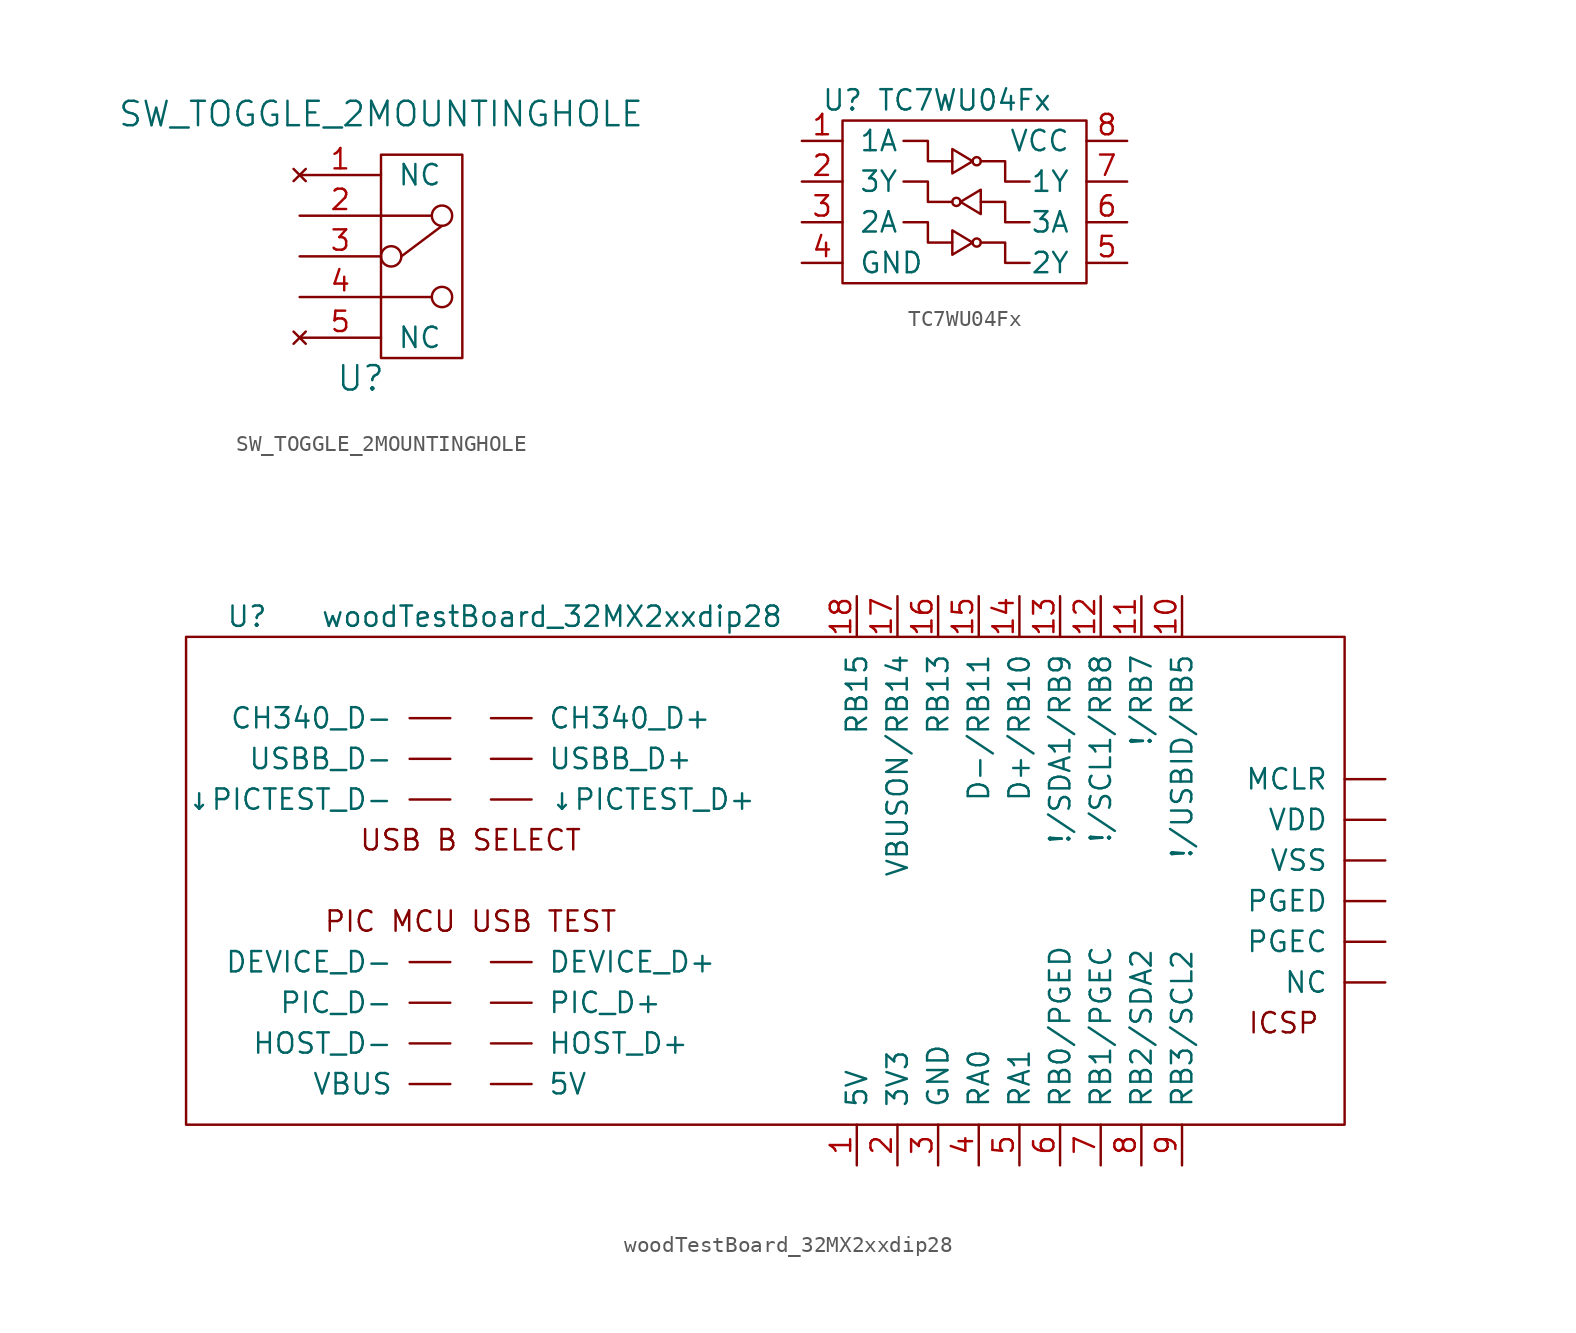
<source format=kicad_sym>
(kicad_symbol_lib
  (version 20220914)
  (generator kicad_symbol_editor)
  (symbol "SW_TOGGLE_2MOUNTINGHOLE"
    (pin_names
      (offset 1.016))
    (property "Reference" "U"
      (at -1.27 -7.62 0)
      (effects (font (size 1.524 1.524))))
    (property "Value" "SW_TOGGLE_2MOUNTINGHOLE"
      (at 0 8.89 0)
      (effects (font (size 1.524 1.524))))
    (symbol "SW_TOGGLE_2MOUNTINGHOLE_0_1"
      (polyline (pts (xy 0 -2.54) (xy 3.175 -2.54)) (stroke (width 0) (type solid)) (fill (type none)))
      (polyline (pts (xy 0 2.54) (xy 3.175 2.54)) (stroke (width 0) (type solid)) (fill (type none)))
      (polyline (pts (xy 1.27 0) (xy 3.81 1.905)) (stroke (width 0) (type solid)) (fill (type none)))
      (rectangle (start 0 6.35) (end 5.08 -6.35) (stroke (width 0) (type solid)) (fill (type none)))
      (circle (center 0.635 0) (radius 0.635) (stroke (width 0) (type solid)) (fill (type none)))
      (circle (center 3.81 -2.54) (radius 0.635) (stroke (width 0) (type solid)) (fill (type none)))
      (circle (center 3.81 2.54) (radius 0.635) (stroke (width 0) (type solid)) (fill (type none))))
    (symbol "SW_TOGGLE_2MOUNTINGHOLE_1_1"
      (pin no_connect line (at -5.08 5.08 0) (length 5.08) (name "NC" (effects (font (size 1.27 1.27)))) (number "1" (effects (font (size 1.27 1.27)))))
      (pin passive line (at -5.08 2.54 0) (length 5.08) (name "~" (effects (font (size 1.27 1.27)))) (number "2" (effects (font (size 1.27 1.27)))))
      (pin passive line (at -5.08 0 0) (length 5.08) (name "~" (effects (font (size 1.27 1.27)))) (number "3" (effects (font (size 1.27 1.27)))))
      (pin passive line (at -5.08 -2.54 0) (length 5.08) (name "~" (effects (font (size 1.27 1.27)))) (number "4" (effects (font (size 1.27 1.27)))))
      (pin no_connect line (at -5.08 -5.08 0) (length 5.08) (name "NC" (effects (font (size 1.27 1.27)))) (number "5" (effects (font (size 1.27 1.27)))))))
  (symbol "TC7WU04Fx"
    (pin_names
      (offset 1.016))
    (property "Reference" "U"
      (at -7.62 6.35 0)
      (effects (font (size 1.27 1.27))))
    (property "Value" "TC7WU04Fx"
      (at 0 6.35 0)
      (effects (font (size 1.27 1.27))))
    (symbol "TC7WU04Fx_0_1"
      (rectangle (start -7.62 5.08) (end 7.62 -5.08) (stroke (width 0) (type solid)) (fill (type none)))
      (circle (center -0.508 0) (radius 0.254) (stroke (width 0) (type solid)) (fill (type none)))
      (polyline (pts (xy -3.81 -1.27) (xy -2.286 -1.27) (xy -2.286 -2.54) (xy -0.762 -2.54)) (stroke (width 0) (type solid)) (fill (type none)))
      (polyline (pts (xy -3.81 1.27) (xy -2.286 1.27) (xy -2.286 0) (xy -0.762 0)) (stroke (width 0) (type solid)) (fill (type none)))
      (polyline (pts (xy -3.81 3.81) (xy -2.286 3.81) (xy -2.286 2.54) (xy -0.762 2.54)) (stroke (width 0) (type solid)) (fill (type none)))
      (polyline (pts (xy -0.762 -1.778) (xy -0.762 -3.302) (xy 0.508 -2.54) (xy -0.762 -1.778)) (stroke (width 0) (type solid)) (fill (type none)))
      (polyline (pts (xy -0.762 3.302) (xy -0.762 1.778) (xy 0.508 2.54) (xy -0.762 3.302)) (stroke (width 0) (type solid)) (fill (type none)))
      (polyline (pts (xy 1.016 -2.54) (xy 2.54 -2.54) (xy 2.54 -3.81) (xy 4.064 -3.81)) (stroke (width 0) (type solid)) (fill (type none)))
      (polyline (pts (xy 1.016 0) (xy 2.54 0) (xy 2.54 -1.27) (xy 4.064 -1.27)) (stroke (width 0) (type solid)) (fill (type none)))
      (polyline (pts (xy 1.016 0.762) (xy 1.016 -0.762) (xy -0.254 0) (xy 1.016 0.762)) (stroke (width 0) (type solid)) (fill (type none)))
      (polyline (pts (xy 1.016 2.54) (xy 2.54 2.54) (xy 2.54 1.27) (xy 4.064 1.27)) (stroke (width 0) (type solid)) (fill (type none)))
      (circle (center 0.762 -2.54) (radius 0.254) (stroke (width 0) (type solid)) (fill (type none)))
      (circle (center 0.762 2.54) (radius 0.254) (stroke (width 0) (type solid)) (fill (type none))))
    (symbol "TC7WU04Fx_1_1"
      (pin passive line (at -10.16 3.81 0) (length 2.54) (name "1A" (effects (font (size 1.27 1.27)))) (number "1" (effects (font (size 1.27 1.27)))))
      (pin passive line (at -10.16 1.27 0) (length 2.54) (name "3Y" (effects (font (size 1.27 1.27)))) (number "2" (effects (font (size 1.27 1.27)))))
      (pin passive line (at -10.16 -1.27 0) (length 2.54) (name "2A" (effects (font (size 1.27 1.27)))) (number "3" (effects (font (size 1.27 1.27)))))
      (pin passive line (at -10.16 -3.81 0) (length 2.54) (name "GND" (effects (font (size 1.27 1.27)))) (number "4" (effects (font (size 1.27 1.27)))))
      (pin passive line (at 10.16 -3.81 180) (length 2.54) (name "2Y" (effects (font (size 1.27 1.27)))) (number "5" (effects (font (size 1.27 1.27)))))
      (pin passive line (at 10.16 -1.27 180) (length 2.54) (name "3A" (effects (font (size 1.27 1.27)))) (number "6" (effects (font (size 1.27 1.27)))))
      (pin passive line (at 10.16 1.27 180) (length 2.54) (name "1Y" (effects (font (size 1.27 1.27)))) (number "7" (effects (font (size 1.27 1.27)))))
      (pin passive line (at 10.16 3.81 180) (length 2.54) (name "VCC" (effects (font (size 1.27 1.27)))) (number "8" (effects (font (size 1.27 1.27)))))))
  (symbol "woodTestBoard_32MX2xxdip28"
    (pin_names
      (offset 1.016))
    (property "Reference" "U"
      (at -38.1 16.51 0)
      (effects (font (size 1.27 1.27))))
    (property "Value" "woodTestBoard_32MX2xxdip28"
      (at -19.05 16.51 0)
      (effects (font (size 1.27 1.27))))
    (symbol "woodTestBoard_32MX2xxdip28_0_0"
      (rectangle (start 30.48 15.24) (end -41.91 -15.24) (stroke (width 0) (type solid)) (fill (type none)))
      (text "ICSP" (at 26.67 -8.89 0) (effects (font (size 1.27 1.27))))
      (text "PIC MCU USB TEST" (at -24.13 -2.54 0) (effects (font (size 1.27 1.27))))
      (text "USB B SELECT" (at -24.13 2.54 0) (effects (font (size 1.27 1.27)))))
    (symbol "woodTestBoard_32MX2xxdip28_1_1"
      (pin passive line (at 0 -17.78 90) (length 2.54) (name "5V" (effects (font (size 1.27 1.27)))) (number "1" (effects (font (size 1.27 1.27)))))
      (pin passive line (at 20.32 17.78 270) (length 2.54) (name "!/USBID/RB5" (effects (font (size 1.27 1.27)))) (number "10" (effects (font (size 1.27 1.27)))))
      (pin passive line (at 17.78 17.78 270) (length 2.54) (name "!/RB7" (effects (font (size 1.27 1.27)))) (number "11" (effects (font (size 1.27 1.27)))))
      (pin passive line (at 15.24 17.78 270) (length 2.54) (name "!/SCL1/RB8" (effects (font (size 1.27 1.27)))) (number "12" (effects (font (size 1.27 1.27)))))
      (pin passive line (at 12.7 17.78 270) (length 2.54) (name "!/SDA1/RB9" (effects (font (size 1.27 1.27)))) (number "13" (effects (font (size 1.27 1.27)))))
      (pin passive line (at 10.16 17.78 270) (length 2.54) (name "D+/RB10" (effects (font (size 1.27 1.27)))) (number "14" (effects (font (size 1.27 1.27)))))
      (pin passive line (at 7.62 17.78 270) (length 2.54) (name "D-/RB11" (effects (font (size 1.27 1.27)))) (number "15" (effects (font (size 1.27 1.27)))))
      (pin passive line (at 5.08 17.78 270) (length 2.54) (name "RB13" (effects (font (size 1.27 1.27)))) (number "16" (effects (font (size 1.27 1.27)))))
      (pin passive line (at 2.54 17.78 270) (length 2.54) (name "VBUSON/RB14" (effects (font (size 1.27 1.27)))) (number "17" (effects (font (size 1.27 1.27)))))
      (pin passive line (at 0 17.78 270) (length 2.54) (name "RB15" (effects (font (size 1.27 1.27)))) (number "18" (effects (font (size 1.27 1.27)))))
      (pin passive line (at 2.54 -17.78 90) (length 2.54) (name "3V3" (effects (font (size 1.27 1.27)))) (number "2" (effects (font (size 1.27 1.27)))))
      (pin passive line (at 5.08 -17.78 90) (length 2.54) (name "GND" (effects (font (size 1.27 1.27)))) (number "3" (effects (font (size 1.27 1.27)))))
      (pin passive line (at 7.62 -17.78 90) (length 2.54) (name "RA0" (effects (font (size 1.27 1.27)))) (number "4" (effects (font (size 1.27 1.27)))))
      (pin passive line (at 10.16 -17.78 90) (length 2.54) (name "RA1" (effects (font (size 1.27 1.27)))) (number "5" (effects (font (size 1.27 1.27)))))
      (pin passive line (at 12.7 -17.78 90) (length 2.54) (name "RB0/PGED" (effects (font (size 1.27 1.27)))) (number "6" (effects (font (size 1.27 1.27)))))
      (pin passive line (at 15.24 -17.78 90) (length 2.54) (name "RB1/PGEC" (effects (font (size 1.27 1.27)))) (number "7" (effects (font (size 1.27 1.27)))))
      (pin passive line (at 17.78 -17.78 90) (length 2.54) (name "RB2/SDA2" (effects (font (size 1.27 1.27)))) (number "8" (effects (font (size 1.27 1.27)))))
      (pin passive line (at 20.32 -17.78 90) (length 2.54) (name "RB3/SCL2" (effects (font (size 1.27 1.27)))) (number "9" (effects (font (size 1.27 1.27)))))
      (pin passive line (at -22.86 -12.7 0) (length 2.54) (name "5V" (effects (font (size 1.27 1.27)))) (number "~" (effects (font (size 1.27 1.27)))))
      (pin passive line (at -22.86 10.16 0) (length 2.54) (name "CH340_D+" (effects (font (size 1.27 1.27)))) (number "~" (effects (font (size 1.27 1.27)))))
      (pin passive line (at -25.4 10.16 180) (length 2.54) (name "CH340_D-" (effects (font (size 1.27 1.27)))) (number "~" (effects (font (size 1.27 1.27)))))
      (pin passive line (at -22.86 -5.08 0) (length 2.54) (name "DEVICE_D+" (effects (font (size 1.27 1.27)))) (number "~" (effects (font (size 1.27 1.27)))))
      (pin passive line (at -25.4 -5.08 180) (length 2.54) (name "DEVICE_D-" (effects (font (size 1.27 1.27)))) (number "~" (effects (font (size 1.27 1.27)))))
      (pin passive line (at -22.86 -10.16 0) (length 2.54) (name "HOST_D+" (effects (font (size 1.27 1.27)))) (number "~" (effects (font (size 1.27 1.27)))))
      (pin passive line (at -25.4 -10.16 180) (length 2.54) (name "HOST_D-" (effects (font (size 1.27 1.27)))) (number "~" (effects (font (size 1.27 1.27)))))
      (pin passive line (at 33.02 6.35 180) (length 2.54) (name "MCLR" (effects (font (size 1.27 1.27)))) (number "~" (effects (font (size 1.27 1.27)))))
      (pin passive line (at 33.02 -6.35 180) (length 2.54) (name "NC" (effects (font (size 1.27 1.27)))) (number "~" (effects (font (size 1.27 1.27)))))
      (pin passive line (at 33.02 -3.81 180) (length 2.54) (name "PGEC" (effects (font (size 1.27 1.27)))) (number "~" (effects (font (size 1.27 1.27)))))
      (pin passive line (at 33.02 -1.27 180) (length 2.54) (name "PGED" (effects (font (size 1.27 1.27)))) (number "~" (effects (font (size 1.27 1.27)))))
      (pin passive line (at -22.86 -7.62 0) (length 2.54) (name "PIC_D+" (effects (font (size 1.27 1.27)))) (number "~" (effects (font (size 1.27 1.27)))))
      (pin passive line (at -25.4 -7.62 180) (length 2.54) (name "PIC_D-" (effects (font (size 1.27 1.27)))) (number "~" (effects (font (size 1.27 1.27)))))
      (pin passive line (at -22.86 7.62 0) (length 2.54) (name "USBB_D+" (effects (font (size 1.27 1.27)))) (number "~" (effects (font (size 1.27 1.27)))))
      (pin passive line (at -25.4 7.62 180) (length 2.54) (name "USBB_D-" (effects (font (size 1.27 1.27)))) (number "~" (effects (font (size 1.27 1.27)))))
      (pin passive line (at -25.4 -12.7 180) (length 2.54) (name "VBUS" (effects (font (size 1.27 1.27)))) (number "~" (effects (font (size 1.27 1.27)))))
      (pin passive line (at 33.02 3.81 180) (length 2.54) (name "VDD" (effects (font (size 1.27 1.27)))) (number "~" (effects (font (size 1.27 1.27)))))
      (pin passive line (at 33.02 1.27 180) (length 2.54) (name "VSS" (effects (font (size 1.27 1.27)))) (number "~" (effects (font (size 1.27 1.27)))))
      (pin passive line (at -22.86 5.08 0) (length 2.54) (name "↓PICTEST_D+" (effects (font (size 1.27 1.27)))) (number "~" (effects (font (size 1.27 1.27)))))
      (pin passive line (at -25.4 5.08 180) (length 2.54) (name "↓PICTEST_D-" (effects (font (size 1.27 1.27)))) (number "~" (effects (font (size 1.27 1.27))))))))
</source>
